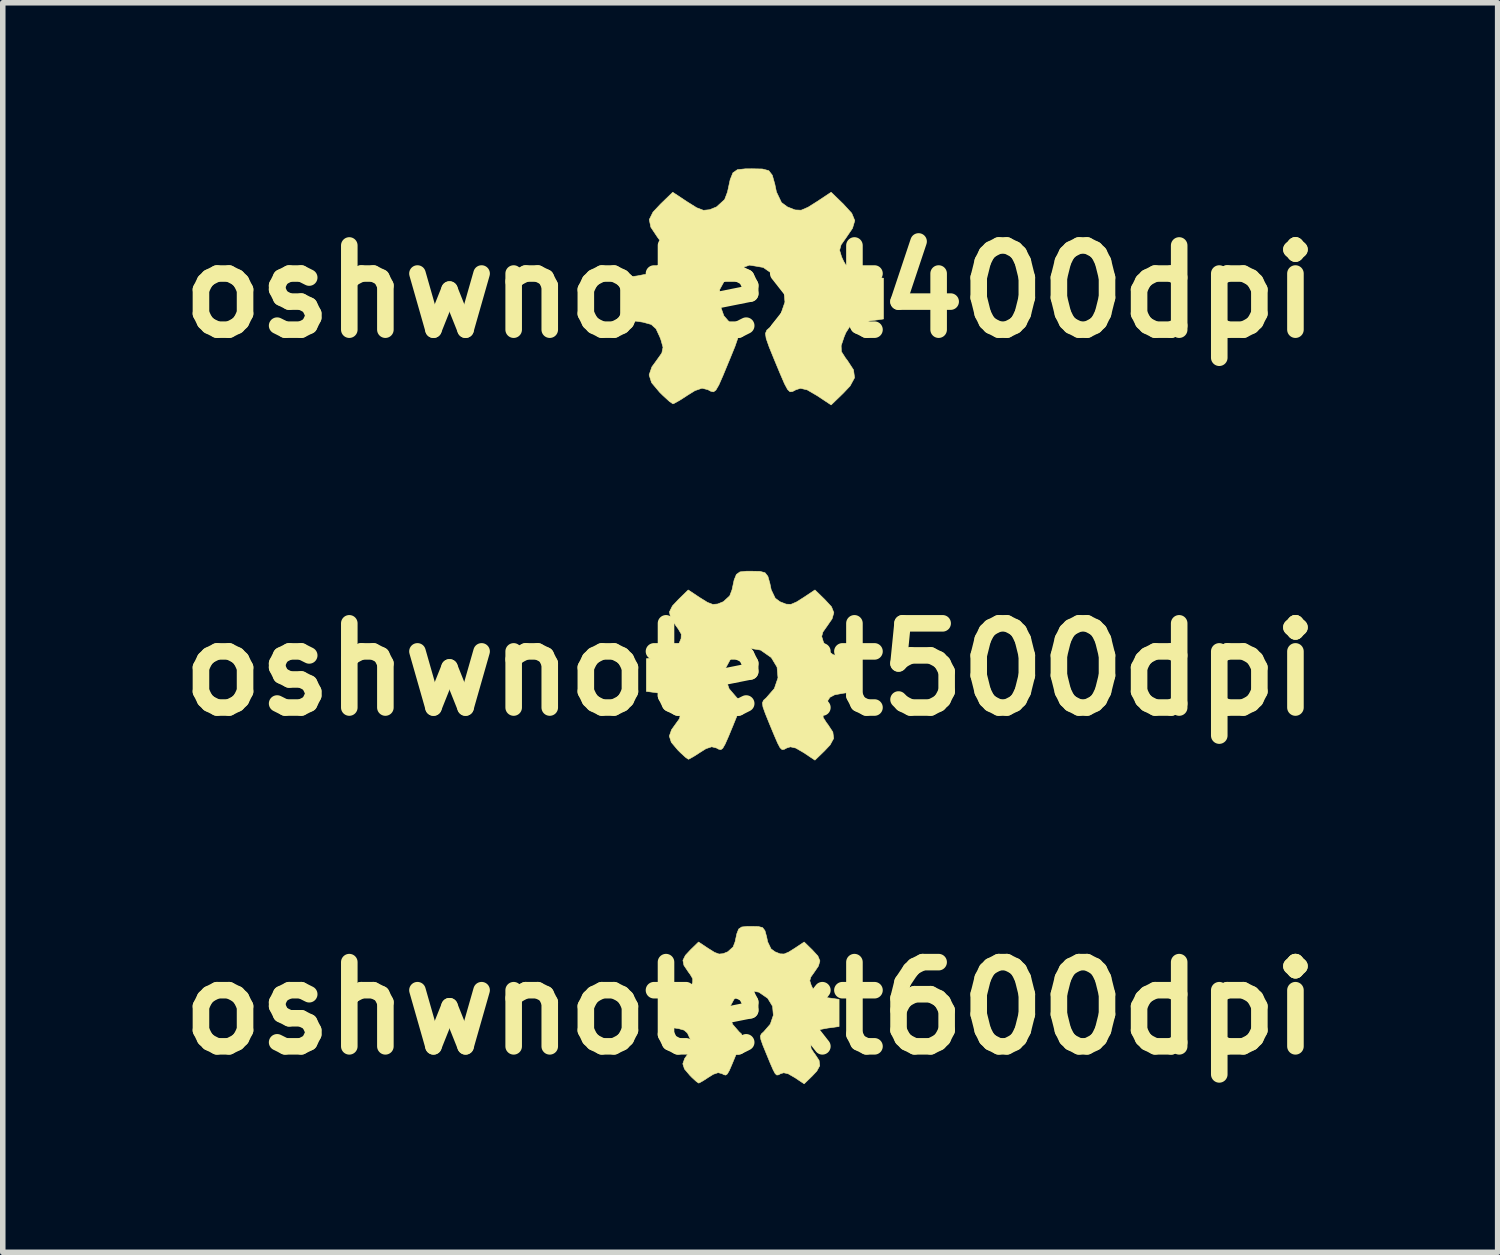
<source format=kicad_pcb>
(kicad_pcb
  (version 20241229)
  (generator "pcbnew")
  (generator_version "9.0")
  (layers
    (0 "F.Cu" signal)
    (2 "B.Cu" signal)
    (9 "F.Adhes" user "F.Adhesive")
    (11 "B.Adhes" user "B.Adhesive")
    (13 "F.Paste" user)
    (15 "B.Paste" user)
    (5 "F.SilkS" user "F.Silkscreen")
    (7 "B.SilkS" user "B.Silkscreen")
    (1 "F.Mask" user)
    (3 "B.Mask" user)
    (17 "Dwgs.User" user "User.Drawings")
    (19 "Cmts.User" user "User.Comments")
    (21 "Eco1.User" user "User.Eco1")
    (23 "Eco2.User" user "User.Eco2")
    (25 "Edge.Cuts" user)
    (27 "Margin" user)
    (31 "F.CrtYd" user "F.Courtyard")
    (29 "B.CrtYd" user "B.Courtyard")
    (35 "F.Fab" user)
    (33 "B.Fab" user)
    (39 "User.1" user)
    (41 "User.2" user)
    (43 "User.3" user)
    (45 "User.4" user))
  (footprint "oshwnotext600dpi"
    (layer "F.Cu")
    (at 10.53 15.201)
    (property "Reference" "oshwnotext600dpi" (at 0 0 0) (layer "F.SilkS") (effects (font (size 1.524 1.524) (thickness 0.3))))
    (attr through_hole)
    (fp_poly (pts (xy 0.148 -1.479) (xy 0.224 -1.46) (xy 0.267 -1.404) (xy 0.297 -1.295) (xy 0.316 -1.202) (xy 0.377 -1.075) (xy 0.449 -1.022) (xy 0.541 -0.985) (xy 0.614 -0.982) (xy 0.699 -1.018) (xy 0.807 -1.086) (xy 0.977 -1.199) (xy 1.123 -1.057) (xy 1.225 -0.946) (xy 1.262 -0.857) (xy 1.235 -0.764) (xy 1.163 -0.658) (xy 1.097 -0.565) (xy 1.078 -0.498) (xy 1.103 -0.419) (xy 1.127 -0.368) (xy 1.181 -0.274) (xy 1.249 -0.223) (xy 1.362 -0.196) (xy 1.403 -0.19) (xy 1.609 -0.161) (xy 1.609 0.331) (xy 1.402 0.359) (xy 1.275 0.383) (xy 1.202 0.421) (xy 1.154 0.495) (xy 1.133 0.546) (xy 1.097 0.653) (xy 1.101 0.725) (xy 1.15 0.803) (xy 1.17 0.828) (xy 1.247 0.945) (xy 1.259 1.04) (xy 1.205 1.139) (xy 1.123 1.226) (xy 0.977 1.368) (xy 0.805 1.254) (xy 0.687 1.186) (xy 0.607 1.168) (xy 0.552 1.184) (xy 0.511 1.206) (xy 0.481 1.209) (xy 0.451 1.182) (xy 0.414 1.112) (xy 0.36 0.988) (xy 0.295 0.83) (xy 0.229 0.669) (xy 0.193 0.566) (xy 0.184 0.505) (xy 0.201 0.466) (xy 0.24 0.43) (xy 0.243 0.428) (xy 0.364 0.288) (xy 0.419 0.127) (xy 0.405 -0.035) (xy 0.319 -0.177) (xy 0.316 -0.181) (xy 0.157 -0.291) (xy -0.008 -0.319) (xy -0.172 -0.264) (xy -0.292 -0.164) (xy -0.367 -0.027) (xy -0.375 0.133) (xy -0.318 0.292) (xy -0.2 0.428) (xy -0.2 0.428) (xy -0.16 0.464) (xy -0.142 0.503) (xy -0.149 0.563) (xy -0.184 0.663) (xy -0.249 0.822) (xy -0.253 0.83) (xy -0.328 1.011) (xy -0.378 1.127) (xy -0.414 1.189) (xy -0.443 1.21) (xy -0.475 1.203) (xy -0.511 1.184) (xy -0.581 1.166) (xy -0.667 1.195) (xy -0.751 1.247) (xy -0.851 1.312) (xy -0.919 1.35) (xy -0.933 1.355) (xy -0.974 1.327) (xy -1.051 1.257) (xy -1.092 1.215) (xy -1.19 1.099) (xy -1.22 1.006) (xy -1.186 0.909) (xy -1.128 0.828) (xy -1.066 0.742) (xy -1.052 0.673) (xy -1.079 0.578) (xy -1.091 0.546) (xy -1.137 0.449) (xy -1.195 0.397) (xy -1.294 0.369) (xy -1.36 0.359) (xy -1.566 0.331) (xy -1.566 -0.161) (xy -1.361 -0.19) (xy -1.231 -0.215) (xy -1.154 -0.257) (xy -1.099 -0.337) (xy -1.084 -0.368) (xy -1.042 -0.466) (xy -1.04 -0.534) (xy -1.084 -0.609) (xy -1.12 -0.658) (xy -1.2 -0.777) (xy -1.218 -0.868) (xy -1.173 -0.958) (xy -1.081 -1.057) (xy -0.935 -1.199) (xy -0.765 -1.086) (xy -0.645 -1.011) (xy -0.564 -0.981) (xy -0.49 -0.988) (xy -0.406 -1.022) (xy -0.309 -1.11) (xy -0.274 -1.202) (xy -0.242 -1.35) (xy -0.209 -1.434) (xy -0.154 -1.471) (xy -0.059 -1.481) (xy 0.021 -1.482) (xy 0.148 -1.479)) (stroke (width 0.01) (type solid)) (fill yes) (layer "F.SilkS")))
  (footprint "oshwnotext500dpi"
    (layer "F.Cu")
    (at 10.53 9.068)
    (property "Reference" "oshwnotext500dpi" (at 0 0 0) (layer "F.SilkS") (effects (font (size 1.524 1.524) (thickness 0.3))))
    (attr through_hole)
    (fp_poly (pts (xy 0.178 -1.775) (xy 0.268 -1.751) (xy 0.32 -1.685) (xy 0.357 -1.554) (xy 0.38 -1.442) (xy 0.453 -1.29) (xy 0.538 -1.226) (xy 0.65 -1.182) (xy 0.737 -1.178) (xy 0.838 -1.221) (xy 0.968 -1.303) (xy 1.172 -1.439) (xy 1.348 -1.268) (xy 1.471 -1.135) (xy 1.514 -1.028) (xy 1.482 -0.916) (xy 1.395 -0.79) (xy 1.316 -0.678) (xy 1.294 -0.598) (xy 1.323 -0.503) (xy 1.352 -0.441) (xy 1.417 -0.329) (xy 1.499 -0.268) (xy 1.634 -0.235) (xy 1.684 -0.228) (xy 1.93 -0.194) (xy 1.93 0.397) (xy 1.683 0.431) (xy 1.529 0.459) (xy 1.442 0.505) (xy 1.385 0.595) (xy 1.36 0.655) (xy 1.316 0.784) (xy 1.321 0.87) (xy 1.38 0.964) (xy 1.404 0.994) (xy 1.496 1.134) (xy 1.511 1.248) (xy 1.446 1.367) (xy 1.348 1.471) (xy 1.172 1.642) (xy 0.966 1.505) (xy 0.825 1.423) (xy 0.728 1.401) (xy 0.663 1.421) (xy 0.614 1.447) (xy 0.577 1.451) (xy 0.541 1.418) (xy 0.497 1.335) (xy 0.432 1.185) (xy 0.354 0.997) (xy 0.275 0.802) (xy 0.231 0.679) (xy 0.221 0.606) (xy 0.241 0.559) (xy 0.289 0.516) (xy 0.291 0.514) (xy 0.437 0.346) (xy 0.503 0.152) (xy 0.486 -0.042) (xy 0.383 -0.213) (xy 0.379 -0.217) (xy 0.189 -0.35) (xy -0.009 -0.383) (xy -0.206 -0.317) (xy -0.351 -0.197) (xy -0.441 -0.032) (xy -0.449 0.16) (xy -0.381 0.351) (xy -0.241 0.514) (xy -0.24 0.514) (xy -0.192 0.557) (xy -0.171 0.603) (xy -0.179 0.675) (xy -0.221 0.795) (xy -0.299 0.986) (xy -0.303 0.997) (xy -0.393 1.214) (xy -0.454 1.352) (xy -0.497 1.427) (xy -0.531 1.452) (xy -0.57 1.444) (xy -0.613 1.421) (xy -0.697 1.4) (xy -0.8 1.434) (xy -0.901 1.497) (xy -1.021 1.574) (xy -1.103 1.62) (xy -1.119 1.626) (xy -1.169 1.592) (xy -1.261 1.508) (xy -1.311 1.458) (xy -1.428 1.319) (xy -1.464 1.207) (xy -1.424 1.091) (xy -1.354 0.994) (xy -1.28 0.891) (xy -1.262 0.807) (xy -1.294 0.694) (xy -1.309 0.655) (xy -1.364 0.539) (xy -1.433 0.476) (xy -1.553 0.443) (xy -1.632 0.431) (xy -1.88 0.397) (xy -1.88 0.102) (xy -1.88 -0.194) (xy -1.633 -0.228) (xy -1.477 -0.258) (xy -1.385 -0.308) (xy -1.319 -0.405) (xy -1.301 -0.441) (xy -1.251 -0.559) (xy -1.248 -0.64) (xy -1.301 -0.731) (xy -1.344 -0.79) (xy -1.44 -0.933) (xy -1.462 -1.042) (xy -1.408 -1.15) (xy -1.297 -1.268) (xy -1.122 -1.439) (xy -0.917 -1.303) (xy -0.774 -1.214) (xy -0.677 -1.177) (xy -0.588 -1.185) (xy -0.487 -1.226) (xy -0.371 -1.332) (xy -0.329 -1.442) (xy -0.291 -1.62) (xy -0.25 -1.72) (xy -0.185 -1.766) (xy -0.07 -1.778) (xy 0.025 -1.778) (xy 0.178 -1.775)) (stroke (width 0.01) (type solid)) (fill yes) (layer "F.SilkS")))
  (footprint "oshwnotext400dpi"
    (layer "F.Cu")
    (at 10.53 2.228)
    (property "Reference" "oshwnotext400dpi" (at 0 0 0) (layer "F.SilkS") (effects (font (size 1.524 1.524) (thickness 0.3))))
    (attr through_hole)
    (fp_poly (pts (xy 0.222 -2.219) (xy 0.336 -2.189) (xy 0.4 -2.106) (xy 0.446 -1.943) (xy 0.475 -1.803) (xy 0.566 -1.612) (xy 0.673 -1.533) (xy 0.812 -1.478) (xy 0.922 -1.473) (xy 1.048 -1.527) (xy 1.21 -1.629) (xy 1.465 -1.798) (xy 1.685 -1.585) (xy 1.838 -1.418) (xy 1.893 -1.285) (xy 1.852 -1.146) (xy 1.744 -0.987) (xy 1.645 -0.847) (xy 1.618 -0.748) (xy 1.654 -0.629) (xy 1.69 -0.551) (xy 1.772 -0.411) (xy 1.873 -0.335) (xy 2.042 -0.294) (xy 2.105 -0.284) (xy 2.413 -0.242) (xy 2.413 0.496) (xy 2.103 0.539) (xy 1.912 0.574) (xy 1.803 0.632) (xy 1.732 0.743) (xy 1.7 0.819) (xy 1.646 0.98) (xy 1.651 1.087) (xy 1.726 1.205) (xy 1.756 1.243) (xy 1.87 1.417) (xy 1.889 1.56) (xy 1.808 1.709) (xy 1.685 1.839) (xy 1.465 2.052) (xy 1.208 1.882) (xy 1.031 1.779) (xy 0.91 1.751) (xy 0.828 1.777) (xy 0.767 1.809) (xy 0.721 1.814) (xy 0.677 1.773) (xy 0.621 1.669) (xy 0.54 1.481) (xy 0.442 1.246) (xy 0.343 1.003) (xy 0.289 0.849) (xy 0.276 0.757) (xy 0.301 0.698) (xy 0.361 0.645) (xy 0.364 0.642) (xy 0.546 0.432) (xy 0.629 0.19) (xy 0.607 -0.053) (xy 0.479 -0.266) (xy 0.474 -0.271) (xy 0.236 -0.437) (xy -0.012 -0.479) (xy -0.257 -0.396) (xy -0.438 -0.246) (xy -0.551 -0.04) (xy -0.562 0.199) (xy -0.477 0.438) (xy -0.301 0.642) (xy -0.301 0.642) (xy -0.24 0.696) (xy -0.213 0.754) (xy -0.224 0.844) (xy -0.276 0.994) (xy -0.373 1.232) (xy -0.379 1.246) (xy -0.491 1.517) (xy -0.567 1.69) (xy -0.621 1.783) (xy -0.664 1.815) (xy -0.712 1.805) (xy -0.766 1.776) (xy -0.872 1.749) (xy -1 1.793) (xy -1.126 1.871) (xy -1.276 1.968) (xy -1.379 2.025) (xy -1.399 2.032) (xy -1.461 1.99) (xy -1.576 1.885) (xy -1.639 1.823) (xy -1.785 1.649) (xy -1.83 1.509) (xy -1.78 1.364) (xy -1.692 1.243) (xy -1.6 1.113) (xy -1.578 1.009) (xy -1.618 0.867) (xy -1.637 0.819) (xy -1.705 0.673) (xy -1.792 0.595) (xy -1.941 0.554) (xy -2.04 0.539) (xy -2.35 0.496) (xy -2.349 0.127) (xy -2.349 -0.242) (xy -2.042 -0.284) (xy -1.847 -0.322) (xy -1.731 -0.386) (xy -1.649 -0.506) (xy -1.627 -0.551) (xy -1.563 -0.699) (xy -1.561 -0.8) (xy -1.626 -0.914) (xy -1.68 -0.987) (xy -1.799 -1.166) (xy -1.827 -1.303) (xy -1.76 -1.438) (xy -1.622 -1.585) (xy -1.402 -1.798) (xy -1.147 -1.629) (xy -0.968 -1.517) (xy -0.846 -1.471) (xy -0.735 -1.482) (xy -0.609 -1.533) (xy -0.463 -1.666) (xy -0.411 -1.803) (xy -0.363 -2.025) (xy -0.313 -2.15) (xy -0.231 -2.207) (xy -0.088 -2.222) (xy 0.032 -2.223) (xy 0.222 -2.219)) (stroke (width 0.01) (type solid)) (fill yes) (layer "F.SilkS")))
  (gr_rect
    (start -3 -3)
    (end 24.06 19.619)
    (stroke (width 0.1) (type default))
    (fill no)
    (layer "Edge.Cuts")))
</source>
